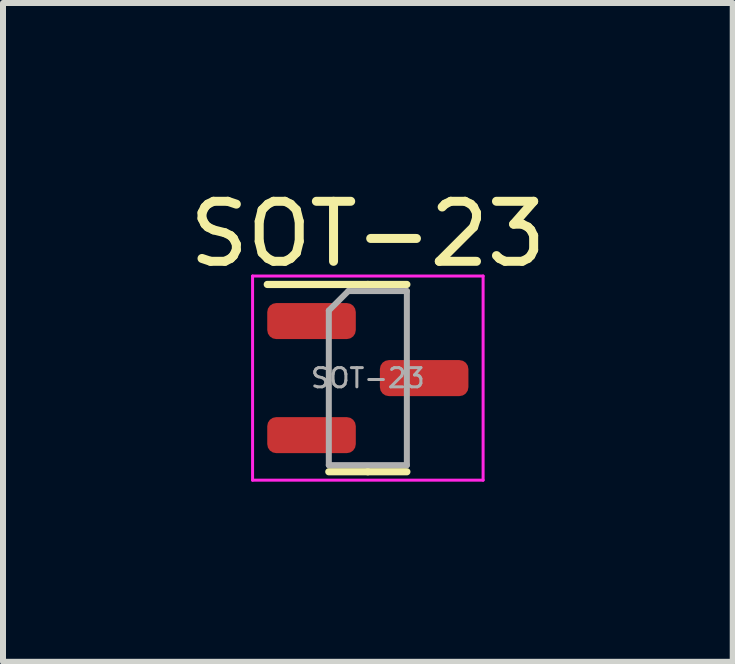
<source format=kicad_pcb>
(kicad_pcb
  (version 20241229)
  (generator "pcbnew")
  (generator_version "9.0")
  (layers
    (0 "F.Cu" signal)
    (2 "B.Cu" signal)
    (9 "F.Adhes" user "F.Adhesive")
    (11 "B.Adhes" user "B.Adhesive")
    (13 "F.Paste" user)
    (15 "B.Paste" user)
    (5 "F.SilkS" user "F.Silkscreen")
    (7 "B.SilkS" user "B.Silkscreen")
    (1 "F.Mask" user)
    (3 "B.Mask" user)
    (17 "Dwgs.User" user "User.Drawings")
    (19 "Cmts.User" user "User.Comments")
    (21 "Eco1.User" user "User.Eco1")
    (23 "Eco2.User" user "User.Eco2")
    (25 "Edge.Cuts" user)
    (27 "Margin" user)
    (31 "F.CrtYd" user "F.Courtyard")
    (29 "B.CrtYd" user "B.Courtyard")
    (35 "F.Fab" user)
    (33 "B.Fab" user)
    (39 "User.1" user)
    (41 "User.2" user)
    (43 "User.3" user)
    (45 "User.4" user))
  (footprint "SOT-23"
    (layer "F.Cu")
    (at 3.077 3.248)
    (property "Reference" "SOT-23" (at 0 -2.4 0) (layer "F.SilkS") (effects (font (size 1 1) (thickness 0.15))))
    (attr smd)
    (fp_line (start 0 -1.56) (end -1.675 -1.56) (stroke (width 0.12) (type solid)) (layer "F.SilkS"))
    (fp_line (start 0 -1.56) (end 0.65 -1.56) (stroke (width 0.12) (type solid)) (layer "F.SilkS"))
    (fp_line (start 0 1.56) (end -0.65 1.56) (stroke (width 0.12) (type solid)) (layer "F.SilkS"))
    (fp_line (start 0 1.56) (end 0.65 1.56) (stroke (width 0.12) (type solid)) (layer "F.SilkS"))
    (fp_line (start -1.92 -1.7) (end -1.92 1.7) (stroke (width 0.05) (type solid)) (layer "F.CrtYd"))
    (fp_line (start -1.92 1.7) (end 1.92 1.7) (stroke (width 0.05) (type solid)) (layer "F.CrtYd"))
    (fp_line (start 1.92 -1.7) (end -1.92 -1.7) (stroke (width 0.05) (type solid)) (layer "F.CrtYd"))
    (fp_line (start 1.92 1.7) (end 1.92 -1.7) (stroke (width 0.05) (type solid)) (layer "F.CrtYd"))
    (fp_line (start -0.65 -1.125) (end -0.325 -1.45) (stroke (width 0.1) (type solid)) (layer "F.Fab"))
    (fp_line (start -0.65 1.45) (end -0.65 -1.125) (stroke (width 0.1) (type solid)) (layer "F.Fab"))
    (fp_line (start -0.325 -1.45) (end 0.65 -1.45) (stroke (width 0.1) (type solid)) (layer "F.Fab"))
    (fp_line (start 0.65 -1.45) (end 0.65 1.45) (stroke (width 0.1) (type solid)) (layer "F.Fab"))
    (fp_line (start 0.65 1.45) (end -0.65 1.45) (stroke (width 0.1) (type solid)) (layer "F.Fab"))
    (fp_text user "${REFERENCE}" (at 0 0 0) (layer "F.Fab") (effects (font (size 0.32 0.32) (thickness 0.05))))
    (pad "1" smd roundrect (at -0.938 -0.95) (size 1.475 0.6) (layers "F.Cu" "F.Mask" "F.Paste") (roundrect_rratio 0.25))
    (pad "2" smd roundrect (at -0.938 0.95) (size 1.475 0.6) (layers "F.Cu" "F.Mask" "F.Paste") (roundrect_rratio 0.25))
    (pad "3" smd roundrect (at 0.938 0) (size 1.475 0.6) (layers "F.Cu" "F.Mask" "F.Paste") (roundrect_rratio 0.25)))
  (gr_rect
    (start -3 -3)
    (end 9.155 7.973)
    (stroke (width 0.1) (type default))
    (fill no)
    (layer "Edge.Cuts")))
</source>
